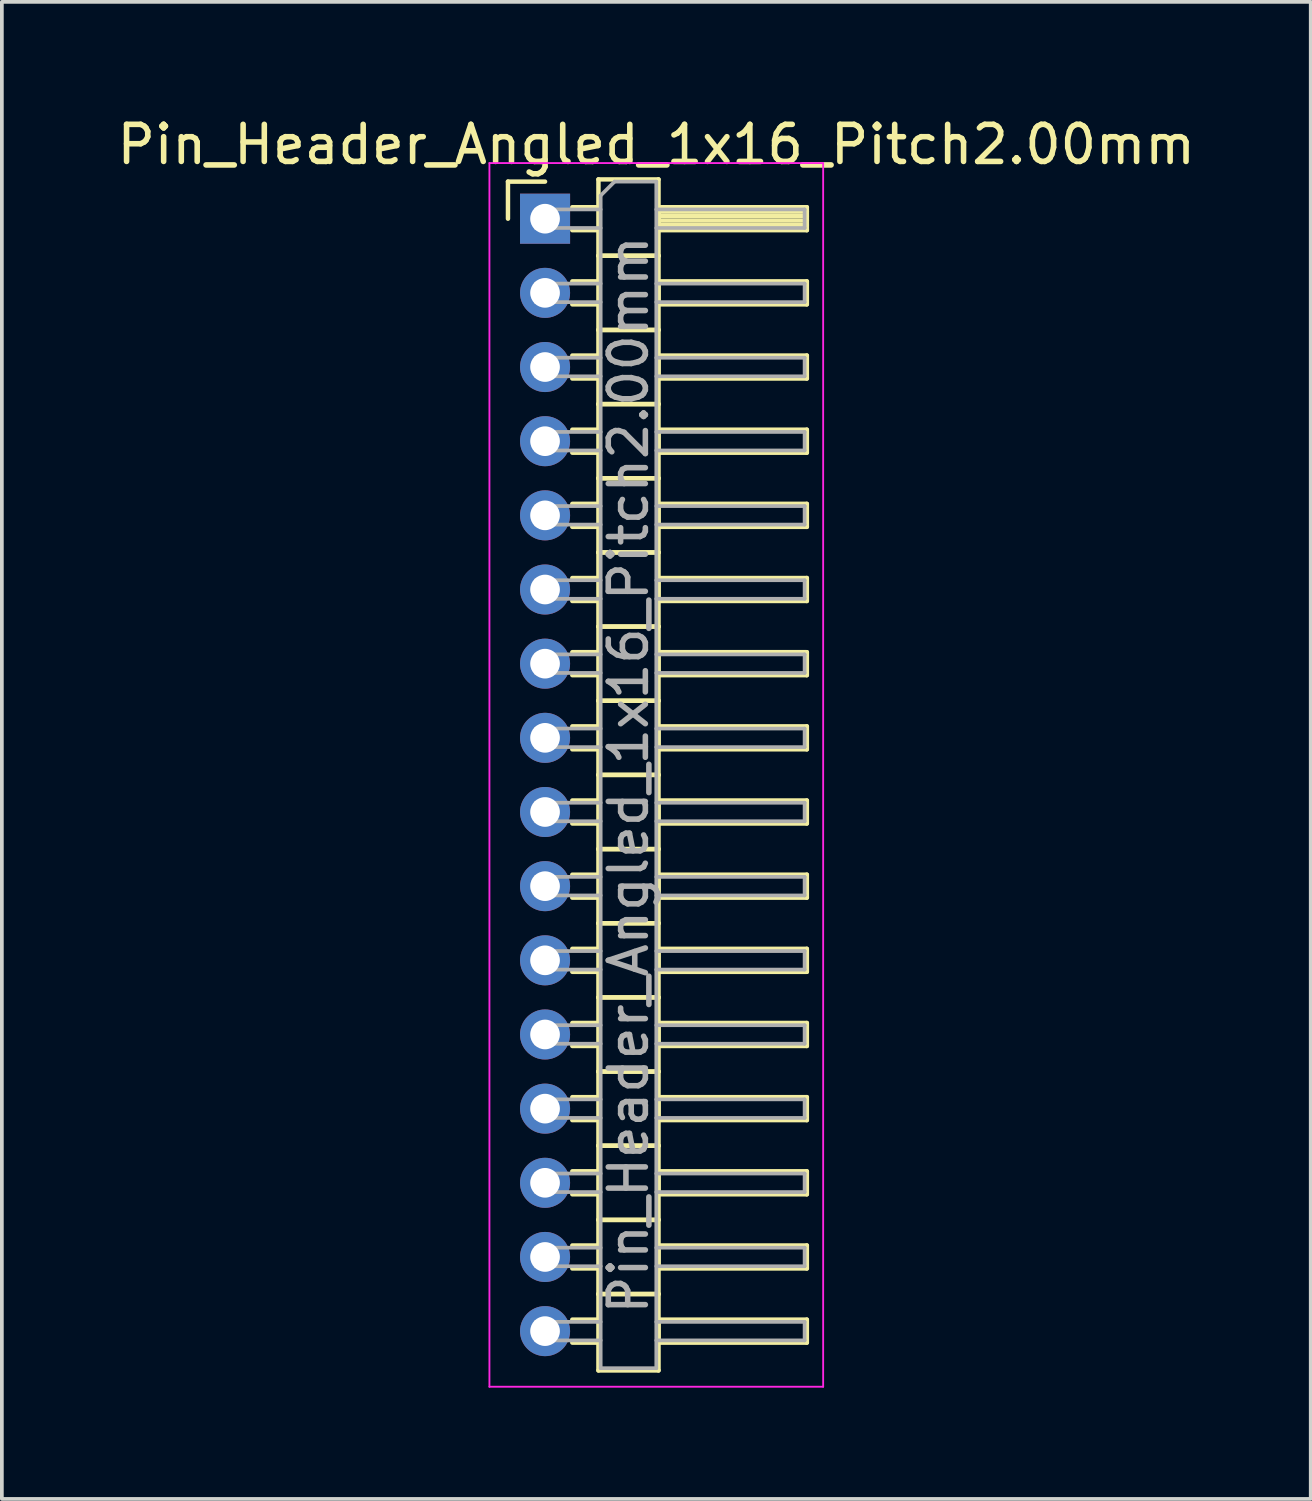
<source format=kicad_pcb>
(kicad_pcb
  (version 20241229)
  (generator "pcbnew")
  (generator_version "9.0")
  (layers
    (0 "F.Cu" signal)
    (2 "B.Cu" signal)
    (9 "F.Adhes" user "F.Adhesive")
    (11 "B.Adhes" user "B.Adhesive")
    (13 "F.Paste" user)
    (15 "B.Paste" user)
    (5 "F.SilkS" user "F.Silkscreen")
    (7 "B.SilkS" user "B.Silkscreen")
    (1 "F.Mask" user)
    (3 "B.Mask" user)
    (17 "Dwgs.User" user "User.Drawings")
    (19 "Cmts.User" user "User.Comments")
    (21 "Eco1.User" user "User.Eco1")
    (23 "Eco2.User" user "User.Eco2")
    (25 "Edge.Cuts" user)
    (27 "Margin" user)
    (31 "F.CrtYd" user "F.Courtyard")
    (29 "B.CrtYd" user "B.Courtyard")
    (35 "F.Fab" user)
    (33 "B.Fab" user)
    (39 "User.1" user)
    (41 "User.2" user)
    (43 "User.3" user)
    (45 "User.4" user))
  (footprint "Pin_Header_Angled_1x16_Pitch2.00mm"
    (layer "F.Cu")
    (at 11.649 2.848)
    (property "Reference" "Pin_Header_Angled_1x16_Pitch2.00mm" (at 3 -2 0) (layer "F.SilkS") (effects (font (size 1 1) (thickness 0.15))))
    (attr through_hole)
    (fp_line (start -1 -1) (end 0 -1) (stroke (width 0.12) (type solid)) (layer "F.SilkS"))
    (fp_line (start -1 0) (end -1 -1) (stroke (width 0.12) (type solid)) (layer "F.SilkS"))
    (fp_line (start 0.735 -0.31) (end 1.44 -0.31) (stroke (width 0.12) (type solid)) (layer "F.SilkS"))
    (fp_line (start 0.735 0.31) (end 1.44 0.31) (stroke (width 0.12) (type solid)) (layer "F.SilkS"))
    (fp_line (start 0.735 1.69) (end 1.44 1.69) (stroke (width 0.12) (type solid)) (layer "F.SilkS"))
    (fp_line (start 0.735 2.31) (end 1.44 2.31) (stroke (width 0.12) (type solid)) (layer "F.SilkS"))
    (fp_line (start 0.735 3.69) (end 1.44 3.69) (stroke (width 0.12) (type solid)) (layer "F.SilkS"))
    (fp_line (start 0.735 4.31) (end 1.44 4.31) (stroke (width 0.12) (type solid)) (layer "F.SilkS"))
    (fp_line (start 0.735 5.69) (end 1.44 5.69) (stroke (width 0.12) (type solid)) (layer "F.SilkS"))
    (fp_line (start 0.735 6.31) (end 1.44 6.31) (stroke (width 0.12) (type solid)) (layer "F.SilkS"))
    (fp_line (start 0.735 7.69) (end 1.44 7.69) (stroke (width 0.12) (type solid)) (layer "F.SilkS"))
    (fp_line (start 0.735 8.31) (end 1.44 8.31) (stroke (width 0.12) (type solid)) (layer "F.SilkS"))
    (fp_line (start 0.735 9.69) (end 1.44 9.69) (stroke (width 0.12) (type solid)) (layer "F.SilkS"))
    (fp_line (start 0.735 10.31) (end 1.44 10.31) (stroke (width 0.12) (type solid)) (layer "F.SilkS"))
    (fp_line (start 0.735 11.69) (end 1.44 11.69) (stroke (width 0.12) (type solid)) (layer "F.SilkS"))
    (fp_line (start 0.735 12.31) (end 1.44 12.31) (stroke (width 0.12) (type solid)) (layer "F.SilkS"))
    (fp_line (start 0.735 13.69) (end 1.44 13.69) (stroke (width 0.12) (type solid)) (layer "F.SilkS"))
    (fp_line (start 0.735 14.31) (end 1.44 14.31) (stroke (width 0.12) (type solid)) (layer "F.SilkS"))
    (fp_line (start 0.735 15.69) (end 1.44 15.69) (stroke (width 0.12) (type solid)) (layer "F.SilkS"))
    (fp_line (start 0.735 16.31) (end 1.44 16.31) (stroke (width 0.12) (type solid)) (layer "F.SilkS"))
    (fp_line (start 0.735 17.69) (end 1.44 17.69) (stroke (width 0.12) (type solid)) (layer "F.SilkS"))
    (fp_line (start 0.735 18.31) (end 1.44 18.31) (stroke (width 0.12) (type solid)) (layer "F.SilkS"))
    (fp_line (start 0.735 19.69) (end 1.44 19.69) (stroke (width 0.12) (type solid)) (layer "F.SilkS"))
    (fp_line (start 0.735 20.31) (end 1.44 20.31) (stroke (width 0.12) (type solid)) (layer "F.SilkS"))
    (fp_line (start 0.735 21.69) (end 1.44 21.69) (stroke (width 0.12) (type solid)) (layer "F.SilkS"))
    (fp_line (start 0.735 22.31) (end 1.44 22.31) (stroke (width 0.12) (type solid)) (layer "F.SilkS"))
    (fp_line (start 0.735 23.69) (end 1.44 23.69) (stroke (width 0.12) (type solid)) (layer "F.SilkS"))
    (fp_line (start 0.735 24.31) (end 1.44 24.31) (stroke (width 0.12) (type solid)) (layer "F.SilkS"))
    (fp_line (start 0.735 25.69) (end 1.44 25.69) (stroke (width 0.12) (type solid)) (layer "F.SilkS"))
    (fp_line (start 0.735 26.31) (end 1.44 26.31) (stroke (width 0.12) (type solid)) (layer "F.SilkS"))
    (fp_line (start 0.735 27.69) (end 1.44 27.69) (stroke (width 0.12) (type solid)) (layer "F.SilkS"))
    (fp_line (start 0.735 28.31) (end 1.44 28.31) (stroke (width 0.12) (type solid)) (layer "F.SilkS"))
    (fp_line (start 0.735 29.69) (end 1.44 29.69) (stroke (width 0.12) (type solid)) (layer "F.SilkS"))
    (fp_line (start 0.735 30.31) (end 1.44 30.31) (stroke (width 0.12) (type solid)) (layer "F.SilkS"))
    (fp_line (start 1.44 -1.06) (end 1.44 1) (stroke (width 0.12) (type solid)) (layer "F.SilkS"))
    (fp_line (start 1.44 1) (end 1.44 3) (stroke (width 0.12) (type solid)) (layer "F.SilkS"))
    (fp_line (start 1.44 1) (end 3.06 1) (stroke (width 0.12) (type solid)) (layer "F.SilkS"))
    (fp_line (start 1.44 3) (end 1.44 5) (stroke (width 0.12) (type solid)) (layer "F.SilkS"))
    (fp_line (start 1.44 3) (end 3.06 3) (stroke (width 0.12) (type solid)) (layer "F.SilkS"))
    (fp_line (start 1.44 5) (end 1.44 7) (stroke (width 0.12) (type solid)) (layer "F.SilkS"))
    (fp_line (start 1.44 5) (end 3.06 5) (stroke (width 0.12) (type solid)) (layer "F.SilkS"))
    (fp_line (start 1.44 7) (end 1.44 9) (stroke (width 0.12) (type solid)) (layer "F.SilkS"))
    (fp_line (start 1.44 7) (end 3.06 7) (stroke (width 0.12) (type solid)) (layer "F.SilkS"))
    (fp_line (start 1.44 9) (end 1.44 11) (stroke (width 0.12) (type solid)) (layer "F.SilkS"))
    (fp_line (start 1.44 9) (end 3.06 9) (stroke (width 0.12) (type solid)) (layer "F.SilkS"))
    (fp_line (start 1.44 11) (end 1.44 13) (stroke (width 0.12) (type solid)) (layer "F.SilkS"))
    (fp_line (start 1.44 11) (end 3.06 11) (stroke (width 0.12) (type solid)) (layer "F.SilkS"))
    (fp_line (start 1.44 13) (end 1.44 15) (stroke (width 0.12) (type solid)) (layer "F.SilkS"))
    (fp_line (start 1.44 13) (end 3.06 13) (stroke (width 0.12) (type solid)) (layer "F.SilkS"))
    (fp_line (start 1.44 15) (end 1.44 17) (stroke (width 0.12) (type solid)) (layer "F.SilkS"))
    (fp_line (start 1.44 15) (end 3.06 15) (stroke (width 0.12) (type solid)) (layer "F.SilkS"))
    (fp_line (start 1.44 17) (end 1.44 19) (stroke (width 0.12) (type solid)) (layer "F.SilkS"))
    (fp_line (start 1.44 17) (end 3.06 17) (stroke (width 0.12) (type solid)) (layer "F.SilkS"))
    (fp_line (start 1.44 19) (end 1.44 21) (stroke (width 0.12) (type solid)) (layer "F.SilkS"))
    (fp_line (start 1.44 19) (end 3.06 19) (stroke (width 0.12) (type solid)) (layer "F.SilkS"))
    (fp_line (start 1.44 21) (end 1.44 23) (stroke (width 0.12) (type solid)) (layer "F.SilkS"))
    (fp_line (start 1.44 21) (end 3.06 21) (stroke (width 0.12) (type solid)) (layer "F.SilkS"))
    (fp_line (start 1.44 23) (end 1.44 25) (stroke (width 0.12) (type solid)) (layer "F.SilkS"))
    (fp_line (start 1.44 23) (end 3.06 23) (stroke (width 0.12) (type solid)) (layer "F.SilkS"))
    (fp_line (start 1.44 25) (end 1.44 27) (stroke (width 0.12) (type solid)) (layer "F.SilkS"))
    (fp_line (start 1.44 25) (end 3.06 25) (stroke (width 0.12) (type solid)) (layer "F.SilkS"))
    (fp_line (start 1.44 27) (end 1.44 29) (stroke (width 0.12) (type solid)) (layer "F.SilkS"))
    (fp_line (start 1.44 27) (end 3.06 27) (stroke (width 0.12) (type solid)) (layer "F.SilkS"))
    (fp_line (start 1.44 29) (end 1.44 31.06) (stroke (width 0.12) (type solid)) (layer "F.SilkS"))
    (fp_line (start 1.44 29) (end 3.06 29) (stroke (width 0.12) (type solid)) (layer "F.SilkS"))
    (fp_line (start 1.44 31.06) (end 3.06 31.06) (stroke (width 0.12) (type solid)) (layer "F.SilkS"))
    (fp_line (start 3.06 -1.06) (end 1.44 -1.06) (stroke (width 0.12) (type solid)) (layer "F.SilkS"))
    (fp_line (start 3.06 -0.31) (end 3.06 0.31) (stroke (width 0.12) (type solid)) (layer "F.SilkS"))
    (fp_line (start 3.06 -0.19) (end 7.06 -0.19) (stroke (width 0.12) (type solid)) (layer "F.SilkS"))
    (fp_line (start 3.06 -0.07) (end 7.06 -0.07) (stroke (width 0.12) (type solid)) (layer "F.SilkS"))
    (fp_line (start 3.06 0.05) (end 7.06 0.05) (stroke (width 0.12) (type solid)) (layer "F.SilkS"))
    (fp_line (start 3.06 0.17) (end 7.06 0.17) (stroke (width 0.12) (type solid)) (layer "F.SilkS"))
    (fp_line (start 3.06 0.29) (end 7.06 0.29) (stroke (width 0.12) (type solid)) (layer "F.SilkS"))
    (fp_line (start 3.06 0.31) (end 7.06 0.31) (stroke (width 0.12) (type solid)) (layer "F.SilkS"))
    (fp_line (start 3.06 1) (end 1.44 1) (stroke (width 0.12) (type solid)) (layer "F.SilkS"))
    (fp_line (start 3.06 1) (end 3.06 -1.06) (stroke (width 0.12) (type solid)) (layer "F.SilkS"))
    (fp_line (start 3.06 1.69) (end 3.06 2.31) (stroke (width 0.12) (type solid)) (layer "F.SilkS"))
    (fp_line (start 3.06 2.31) (end 7.06 2.31) (stroke (width 0.12) (type solid)) (layer "F.SilkS"))
    (fp_line (start 3.06 3) (end 1.44 3) (stroke (width 0.12) (type solid)) (layer "F.SilkS"))
    (fp_line (start 3.06 3) (end 3.06 1) (stroke (width 0.12) (type solid)) (layer "F.SilkS"))
    (fp_line (start 3.06 3.69) (end 3.06 4.31) (stroke (width 0.12) (type solid)) (layer "F.SilkS"))
    (fp_line (start 3.06 4.31) (end 7.06 4.31) (stroke (width 0.12) (type solid)) (layer "F.SilkS"))
    (fp_line (start 3.06 5) (end 1.44 5) (stroke (width 0.12) (type solid)) (layer "F.SilkS"))
    (fp_line (start 3.06 5) (end 3.06 3) (stroke (width 0.12) (type solid)) (layer "F.SilkS"))
    (fp_line (start 3.06 5.69) (end 3.06 6.31) (stroke (width 0.12) (type solid)) (layer "F.SilkS"))
    (fp_line (start 3.06 6.31) (end 7.06 6.31) (stroke (width 0.12) (type solid)) (layer "F.SilkS"))
    (fp_line (start 3.06 7) (end 1.44 7) (stroke (width 0.12) (type solid)) (layer "F.SilkS"))
    (fp_line (start 3.06 7) (end 3.06 5) (stroke (width 0.12) (type solid)) (layer "F.SilkS"))
    (fp_line (start 3.06 7.69) (end 3.06 8.31) (stroke (width 0.12) (type solid)) (layer "F.SilkS"))
    (fp_line (start 3.06 8.31) (end 7.06 8.31) (stroke (width 0.12) (type solid)) (layer "F.SilkS"))
    (fp_line (start 3.06 9) (end 1.44 9) (stroke (width 0.12) (type solid)) (layer "F.SilkS"))
    (fp_line (start 3.06 9) (end 3.06 7) (stroke (width 0.12) (type solid)) (layer "F.SilkS"))
    (fp_line (start 3.06 9.69) (end 3.06 10.31) (stroke (width 0.12) (type solid)) (layer "F.SilkS"))
    (fp_line (start 3.06 10.31) (end 7.06 10.31) (stroke (width 0.12) (type solid)) (layer "F.SilkS"))
    (fp_line (start 3.06 11) (end 1.44 11) (stroke (width 0.12) (type solid)) (layer "F.SilkS"))
    (fp_line (start 3.06 11) (end 3.06 9) (stroke (width 0.12) (type solid)) (layer "F.SilkS"))
    (fp_line (start 3.06 11.69) (end 3.06 12.31) (stroke (width 0.12) (type solid)) (layer "F.SilkS"))
    (fp_line (start 3.06 12.31) (end 7.06 12.31) (stroke (width 0.12) (type solid)) (layer "F.SilkS"))
    (fp_line (start 3.06 13) (end 1.44 13) (stroke (width 0.12) (type solid)) (layer "F.SilkS"))
    (fp_line (start 3.06 13) (end 3.06 11) (stroke (width 0.12) (type solid)) (layer "F.SilkS"))
    (fp_line (start 3.06 13.69) (end 3.06 14.31) (stroke (width 0.12) (type solid)) (layer "F.SilkS"))
    (fp_line (start 3.06 14.31) (end 7.06 14.31) (stroke (width 0.12) (type solid)) (layer "F.SilkS"))
    (fp_line (start 3.06 15) (end 1.44 15) (stroke (width 0.12) (type solid)) (layer "F.SilkS"))
    (fp_line (start 3.06 15) (end 3.06 13) (stroke (width 0.12) (type solid)) (layer "F.SilkS"))
    (fp_line (start 3.06 15.69) (end 3.06 16.31) (stroke (width 0.12) (type solid)) (layer "F.SilkS"))
    (fp_line (start 3.06 16.31) (end 7.06 16.31) (stroke (width 0.12) (type solid)) (layer "F.SilkS"))
    (fp_line (start 3.06 17) (end 1.44 17) (stroke (width 0.12) (type solid)) (layer "F.SilkS"))
    (fp_line (start 3.06 17) (end 3.06 15) (stroke (width 0.12) (type solid)) (layer "F.SilkS"))
    (fp_line (start 3.06 17.69) (end 3.06 18.31) (stroke (width 0.12) (type solid)) (layer "F.SilkS"))
    (fp_line (start 3.06 18.31) (end 7.06 18.31) (stroke (width 0.12) (type solid)) (layer "F.SilkS"))
    (fp_line (start 3.06 19) (end 1.44 19) (stroke (width 0.12) (type solid)) (layer "F.SilkS"))
    (fp_line (start 3.06 19) (end 3.06 17) (stroke (width 0.12) (type solid)) (layer "F.SilkS"))
    (fp_line (start 3.06 19.69) (end 3.06 20.31) (stroke (width 0.12) (type solid)) (layer "F.SilkS"))
    (fp_line (start 3.06 20.31) (end 7.06 20.31) (stroke (width 0.12) (type solid)) (layer "F.SilkS"))
    (fp_line (start 3.06 21) (end 1.44 21) (stroke (width 0.12) (type solid)) (layer "F.SilkS"))
    (fp_line (start 3.06 21) (end 3.06 19) (stroke (width 0.12) (type solid)) (layer "F.SilkS"))
    (fp_line (start 3.06 21.69) (end 3.06 22.31) (stroke (width 0.12) (type solid)) (layer "F.SilkS"))
    (fp_line (start 3.06 22.31) (end 7.06 22.31) (stroke (width 0.12) (type solid)) (layer "F.SilkS"))
    (fp_line (start 3.06 23) (end 1.44 23) (stroke (width 0.12) (type solid)) (layer "F.SilkS"))
    (fp_line (start 3.06 23) (end 3.06 21) (stroke (width 0.12) (type solid)) (layer "F.SilkS"))
    (fp_line (start 3.06 23.69) (end 3.06 24.31) (stroke (width 0.12) (type solid)) (layer "F.SilkS"))
    (fp_line (start 3.06 24.31) (end 7.06 24.31) (stroke (width 0.12) (type solid)) (layer "F.SilkS"))
    (fp_line (start 3.06 25) (end 1.44 25) (stroke (width 0.12) (type solid)) (layer "F.SilkS"))
    (fp_line (start 3.06 25) (end 3.06 23) (stroke (width 0.12) (type solid)) (layer "F.SilkS"))
    (fp_line (start 3.06 25.69) (end 3.06 26.31) (stroke (width 0.12) (type solid)) (layer "F.SilkS"))
    (fp_line (start 3.06 26.31) (end 7.06 26.31) (stroke (width 0.12) (type solid)) (layer "F.SilkS"))
    (fp_line (start 3.06 27) (end 1.44 27) (stroke (width 0.12) (type solid)) (layer "F.SilkS"))
    (fp_line (start 3.06 27) (end 3.06 25) (stroke (width 0.12) (type solid)) (layer "F.SilkS"))
    (fp_line (start 3.06 27.69) (end 3.06 28.31) (stroke (width 0.12) (type solid)) (layer "F.SilkS"))
    (fp_line (start 3.06 28.31) (end 7.06 28.31) (stroke (width 0.12) (type solid)) (layer "F.SilkS"))
    (fp_line (start 3.06 29) (end 1.44 29) (stroke (width 0.12) (type solid)) (layer "F.SilkS"))
    (fp_line (start 3.06 29) (end 3.06 27) (stroke (width 0.12) (type solid)) (layer "F.SilkS"))
    (fp_line (start 3.06 29.69) (end 3.06 30.31) (stroke (width 0.12) (type solid)) (layer "F.SilkS"))
    (fp_line (start 3.06 30.31) (end 7.06 30.31) (stroke (width 0.12) (type solid)) (layer "F.SilkS"))
    (fp_line (start 3.06 31.06) (end 3.06 29) (stroke (width 0.12) (type solid)) (layer "F.SilkS"))
    (fp_line (start 7.06 -0.31) (end 3.06 -0.31) (stroke (width 0.12) (type solid)) (layer "F.SilkS"))
    (fp_line (start 7.06 0.31) (end 7.06 -0.31) (stroke (width 0.12) (type solid)) (layer "F.SilkS"))
    (fp_line (start 7.06 1.69) (end 3.06 1.69) (stroke (width 0.12) (type solid)) (layer "F.SilkS"))
    (fp_line (start 7.06 2.31) (end 7.06 1.69) (stroke (width 0.12) (type solid)) (layer "F.SilkS"))
    (fp_line (start 7.06 3.69) (end 3.06 3.69) (stroke (width 0.12) (type solid)) (layer "F.SilkS"))
    (fp_line (start 7.06 4.31) (end 7.06 3.69) (stroke (width 0.12) (type solid)) (layer "F.SilkS"))
    (fp_line (start 7.06 5.69) (end 3.06 5.69) (stroke (width 0.12) (type solid)) (layer "F.SilkS"))
    (fp_line (start 7.06 6.31) (end 7.06 5.69) (stroke (width 0.12) (type solid)) (layer "F.SilkS"))
    (fp_line (start 7.06 7.69) (end 3.06 7.69) (stroke (width 0.12) (type solid)) (layer "F.SilkS"))
    (fp_line (start 7.06 8.31) (end 7.06 7.69) (stroke (width 0.12) (type solid)) (layer "F.SilkS"))
    (fp_line (start 7.06 9.69) (end 3.06 9.69) (stroke (width 0.12) (type solid)) (layer "F.SilkS"))
    (fp_line (start 7.06 10.31) (end 7.06 9.69) (stroke (width 0.12) (type solid)) (layer "F.SilkS"))
    (fp_line (start 7.06 11.69) (end 3.06 11.69) (stroke (width 0.12) (type solid)) (layer "F.SilkS"))
    (fp_line (start 7.06 12.31) (end 7.06 11.69) (stroke (width 0.12) (type solid)) (layer "F.SilkS"))
    (fp_line (start 7.06 13.69) (end 3.06 13.69) (stroke (width 0.12) (type solid)) (layer "F.SilkS"))
    (fp_line (start 7.06 14.31) (end 7.06 13.69) (stroke (width 0.12) (type solid)) (layer "F.SilkS"))
    (fp_line (start 7.06 15.69) (end 3.06 15.69) (stroke (width 0.12) (type solid)) (layer "F.SilkS"))
    (fp_line (start 7.06 16.31) (end 7.06 15.69) (stroke (width 0.12) (type solid)) (layer "F.SilkS"))
    (fp_line (start 7.06 17.69) (end 3.06 17.69) (stroke (width 0.12) (type solid)) (layer "F.SilkS"))
    (fp_line (start 7.06 18.31) (end 7.06 17.69) (stroke (width 0.12) (type solid)) (layer "F.SilkS"))
    (fp_line (start 7.06 19.69) (end 3.06 19.69) (stroke (width 0.12) (type solid)) (layer "F.SilkS"))
    (fp_line (start 7.06 20.31) (end 7.06 19.69) (stroke (width 0.12) (type solid)) (layer "F.SilkS"))
    (fp_line (start 7.06 21.69) (end 3.06 21.69) (stroke (width 0.12) (type solid)) (layer "F.SilkS"))
    (fp_line (start 7.06 22.31) (end 7.06 21.69) (stroke (width 0.12) (type solid)) (layer "F.SilkS"))
    (fp_line (start 7.06 23.69) (end 3.06 23.69) (stroke (width 0.12) (type solid)) (layer "F.SilkS"))
    (fp_line (start 7.06 24.31) (end 7.06 23.69) (stroke (width 0.12) (type solid)) (layer "F.SilkS"))
    (fp_line (start 7.06 25.69) (end 3.06 25.69) (stroke (width 0.12) (type solid)) (layer "F.SilkS"))
    (fp_line (start 7.06 26.31) (end 7.06 25.69) (stroke (width 0.12) (type solid)) (layer "F.SilkS"))
    (fp_line (start 7.06 27.69) (end 3.06 27.69) (stroke (width 0.12) (type solid)) (layer "F.SilkS"))
    (fp_line (start 7.06 28.31) (end 7.06 27.69) (stroke (width 0.12) (type solid)) (layer "F.SilkS"))
    (fp_line (start 7.06 29.69) (end 3.06 29.69) (stroke (width 0.12) (type solid)) (layer "F.SilkS"))
    (fp_line (start 7.06 30.31) (end 7.06 29.69) (stroke (width 0.12) (type solid)) (layer "F.SilkS"))
    (fp_line (start -1.5 -1.5) (end -1.5 31.5) (stroke (width 0.05) (type solid)) (layer "F.CrtYd"))
    (fp_line (start -1.5 31.5) (end 7.5 31.5) (stroke (width 0.05) (type solid)) (layer "F.CrtYd"))
    (fp_line (start 7.5 -1.5) (end -1.5 -1.5) (stroke (width 0.05) (type solid)) (layer "F.CrtYd"))
    (fp_line (start 7.5 31.5) (end 7.5 -1.5) (stroke (width 0.05) (type solid)) (layer "F.CrtYd"))
    (fp_line (start -0.25 -0.25) (end -0.25 0.25) (stroke (width 0.1) (type solid)) (layer "F.Fab"))
    (fp_line (start -0.25 -0.25) (end 1.5 -0.25) (stroke (width 0.1) (type solid)) (layer "F.Fab"))
    (fp_line (start -0.25 0.25) (end 1.5 0.25) (stroke (width 0.1) (type solid)) (layer "F.Fab"))
    (fp_line (start -0.25 1.75) (end -0.25 2.25) (stroke (width 0.1) (type solid)) (layer "F.Fab"))
    (fp_line (start -0.25 1.75) (end 1.5 1.75) (stroke (width 0.1) (type solid)) (layer "F.Fab"))
    (fp_line (start -0.25 2.25) (end 1.5 2.25) (stroke (width 0.1) (type solid)) (layer "F.Fab"))
    (fp_line (start -0.25 3.75) (end -0.25 4.25) (stroke (width 0.1) (type solid)) (layer "F.Fab"))
    (fp_line (start -0.25 3.75) (end 1.5 3.75) (stroke (width 0.1) (type solid)) (layer "F.Fab"))
    (fp_line (start -0.25 4.25) (end 1.5 4.25) (stroke (width 0.1) (type solid)) (layer "F.Fab"))
    (fp_line (start -0.25 5.75) (end -0.25 6.25) (stroke (width 0.1) (type solid)) (layer "F.Fab"))
    (fp_line (start -0.25 5.75) (end 1.5 5.75) (stroke (width 0.1) (type solid)) (layer "F.Fab"))
    (fp_line (start -0.25 6.25) (end 1.5 6.25) (stroke (width 0.1) (type solid)) (layer "F.Fab"))
    (fp_line (start -0.25 7.75) (end -0.25 8.25) (stroke (width 0.1) (type solid)) (layer "F.Fab"))
    (fp_line (start -0.25 7.75) (end 1.5 7.75) (stroke (width 0.1) (type solid)) (layer "F.Fab"))
    (fp_line (start -0.25 8.25) (end 1.5 8.25) (stroke (width 0.1) (type solid)) (layer "F.Fab"))
    (fp_line (start -0.25 9.75) (end -0.25 10.25) (stroke (width 0.1) (type solid)) (layer "F.Fab"))
    (fp_line (start -0.25 9.75) (end 1.5 9.75) (stroke (width 0.1) (type solid)) (layer "F.Fab"))
    (fp_line (start -0.25 10.25) (end 1.5 10.25) (stroke (width 0.1) (type solid)) (layer "F.Fab"))
    (fp_line (start -0.25 11.75) (end -0.25 12.25) (stroke (width 0.1) (type solid)) (layer "F.Fab"))
    (fp_line (start -0.25 11.75) (end 1.5 11.75) (stroke (width 0.1) (type solid)) (layer "F.Fab"))
    (fp_line (start -0.25 12.25) (end 1.5 12.25) (stroke (width 0.1) (type solid)) (layer "F.Fab"))
    (fp_line (start -0.25 13.75) (end -0.25 14.25) (stroke (width 0.1) (type solid)) (layer "F.Fab"))
    (fp_line (start -0.25 13.75) (end 1.5 13.75) (stroke (width 0.1) (type solid)) (layer "F.Fab"))
    (fp_line (start -0.25 14.25) (end 1.5 14.25) (stroke (width 0.1) (type solid)) (layer "F.Fab"))
    (fp_line (start -0.25 15.75) (end -0.25 16.25) (stroke (width 0.1) (type solid)) (layer "F.Fab"))
    (fp_line (start -0.25 15.75) (end 1.5 15.75) (stroke (width 0.1) (type solid)) (layer "F.Fab"))
    (fp_line (start -0.25 16.25) (end 1.5 16.25) (stroke (width 0.1) (type solid)) (layer "F.Fab"))
    (fp_line (start -0.25 17.75) (end -0.25 18.25) (stroke (width 0.1) (type solid)) (layer "F.Fab"))
    (fp_line (start -0.25 17.75) (end 1.5 17.75) (stroke (width 0.1) (type solid)) (layer "F.Fab"))
    (fp_line (start -0.25 18.25) (end 1.5 18.25) (stroke (width 0.1) (type solid)) (layer "F.Fab"))
    (fp_line (start -0.25 19.75) (end -0.25 20.25) (stroke (width 0.1) (type solid)) (layer "F.Fab"))
    (fp_line (start -0.25 19.75) (end 1.5 19.75) (stroke (width 0.1) (type solid)) (layer "F.Fab"))
    (fp_line (start -0.25 20.25) (end 1.5 20.25) (stroke (width 0.1) (type solid)) (layer "F.Fab"))
    (fp_line (start -0.25 21.75) (end -0.25 22.25) (stroke (width 0.1) (type solid)) (layer "F.Fab"))
    (fp_line (start -0.25 21.75) (end 1.5 21.75) (stroke (width 0.1) (type solid)) (layer "F.Fab"))
    (fp_line (start -0.25 22.25) (end 1.5 22.25) (stroke (width 0.1) (type solid)) (layer "F.Fab"))
    (fp_line (start -0.25 23.75) (end -0.25 24.25) (stroke (width 0.1) (type solid)) (layer "F.Fab"))
    (fp_line (start -0.25 23.75) (end 1.5 23.75) (stroke (width 0.1) (type solid)) (layer "F.Fab"))
    (fp_line (start -0.25 24.25) (end 1.5 24.25) (stroke (width 0.1) (type solid)) (layer "F.Fab"))
    (fp_line (start -0.25 25.75) (end -0.25 26.25) (stroke (width 0.1) (type solid)) (layer "F.Fab"))
    (fp_line (start -0.25 25.75) (end 1.5 25.75) (stroke (width 0.1) (type solid)) (layer "F.Fab"))
    (fp_line (start -0.25 26.25) (end 1.5 26.25) (stroke (width 0.1) (type solid)) (layer "F.Fab"))
    (fp_line (start -0.25 27.75) (end -0.25 28.25) (stroke (width 0.1) (type solid)) (layer "F.Fab"))
    (fp_line (start -0.25 27.75) (end 1.5 27.75) (stroke (width 0.1) (type solid)) (layer "F.Fab"))
    (fp_line (start -0.25 28.25) (end 1.5 28.25) (stroke (width 0.1) (type solid)) (layer "F.Fab"))
    (fp_line (start -0.25 29.75) (end -0.25 30.25) (stroke (width 0.1) (type solid)) (layer "F.Fab"))
    (fp_line (start -0.25 29.75) (end 1.5 29.75) (stroke (width 0.1) (type solid)) (layer "F.Fab"))
    (fp_line (start -0.25 30.25) (end 1.5 30.25) (stroke (width 0.1) (type solid)) (layer "F.Fab"))
    (fp_line (start 1.5 -0.625) (end 1.875 -1) (stroke (width 0.1) (type solid)) (layer "F.Fab"))
    (fp_line (start 1.5 31) (end 1.5 -0.625) (stroke (width 0.1) (type solid)) (layer "F.Fab"))
    (fp_line (start 1.875 -1) (end 3 -1) (stroke (width 0.1) (type solid)) (layer "F.Fab"))
    (fp_line (start 3 -1) (end 3 31) (stroke (width 0.1) (type solid)) (layer "F.Fab"))
    (fp_line (start 3 -0.25) (end 7 -0.25) (stroke (width 0.1) (type solid)) (layer "F.Fab"))
    (fp_line (start 3 0.25) (end 7 0.25) (stroke (width 0.1) (type solid)) (layer "F.Fab"))
    (fp_line (start 3 1.75) (end 7 1.75) (stroke (width 0.1) (type solid)) (layer "F.Fab"))
    (fp_line (start 3 2.25) (end 7 2.25) (stroke (width 0.1) (type solid)) (layer "F.Fab"))
    (fp_line (start 3 3.75) (end 7 3.75) (stroke (width 0.1) (type solid)) (layer "F.Fab"))
    (fp_line (start 3 4.25) (end 7 4.25) (stroke (width 0.1) (type solid)) (layer "F.Fab"))
    (fp_line (start 3 5.75) (end 7 5.75) (stroke (width 0.1) (type solid)) (layer "F.Fab"))
    (fp_line (start 3 6.25) (end 7 6.25) (stroke (width 0.1) (type solid)) (layer "F.Fab"))
    (fp_line (start 3 7.75) (end 7 7.75) (stroke (width 0.1) (type solid)) (layer "F.Fab"))
    (fp_line (start 3 8.25) (end 7 8.25) (stroke (width 0.1) (type solid)) (layer "F.Fab"))
    (fp_line (start 3 9.75) (end 7 9.75) (stroke (width 0.1) (type solid)) (layer "F.Fab"))
    (fp_line (start 3 10.25) (end 7 10.25) (stroke (width 0.1) (type solid)) (layer "F.Fab"))
    (fp_line (start 3 11.75) (end 7 11.75) (stroke (width 0.1) (type solid)) (layer "F.Fab"))
    (fp_line (start 3 12.25) (end 7 12.25) (stroke (width 0.1) (type solid)) (layer "F.Fab"))
    (fp_line (start 3 13.75) (end 7 13.75) (stroke (width 0.1) (type solid)) (layer "F.Fab"))
    (fp_line (start 3 14.25) (end 7 14.25) (stroke (width 0.1) (type solid)) (layer "F.Fab"))
    (fp_line (start 3 15.75) (end 7 15.75) (stroke (width 0.1) (type solid)) (layer "F.Fab"))
    (fp_line (start 3 16.25) (end 7 16.25) (stroke (width 0.1) (type solid)) (layer "F.Fab"))
    (fp_line (start 3 17.75) (end 7 17.75) (stroke (width 0.1) (type solid)) (layer "F.Fab"))
    (fp_line (start 3 18.25) (end 7 18.25) (stroke (width 0.1) (type solid)) (layer "F.Fab"))
    (fp_line (start 3 19.75) (end 7 19.75) (stroke (width 0.1) (type solid)) (layer "F.Fab"))
    (fp_line (start 3 20.25) (end 7 20.25) (stroke (width 0.1) (type solid)) (layer "F.Fab"))
    (fp_line (start 3 21.75) (end 7 21.75) (stroke (width 0.1) (type solid)) (layer "F.Fab"))
    (fp_line (start 3 22.25) (end 7 22.25) (stroke (width 0.1) (type solid)) (layer "F.Fab"))
    (fp_line (start 3 23.75) (end 7 23.75) (stroke (width 0.1) (type solid)) (layer "F.Fab"))
    (fp_line (start 3 24.25) (end 7 24.25) (stroke (width 0.1) (type solid)) (layer "F.Fab"))
    (fp_line (start 3 25.75) (end 7 25.75) (stroke (width 0.1) (type solid)) (layer "F.Fab"))
    (fp_line (start 3 26.25) (end 7 26.25) (stroke (width 0.1) (type solid)) (layer "F.Fab"))
    (fp_line (start 3 27.75) (end 7 27.75) (stroke (width 0.1) (type solid)) (layer "F.Fab"))
    (fp_line (start 3 28.25) (end 7 28.25) (stroke (width 0.1) (type solid)) (layer "F.Fab"))
    (fp_line (start 3 29.75) (end 7 29.75) (stroke (width 0.1) (type solid)) (layer "F.Fab"))
    (fp_line (start 3 30.25) (end 7 30.25) (stroke (width 0.1) (type solid)) (layer "F.Fab"))
    (fp_line (start 3 31) (end 1.5 31) (stroke (width 0.1) (type solid)) (layer "F.Fab"))
    (fp_line (start 7 -0.25) (end 7 0.25) (stroke (width 0.1) (type solid)) (layer "F.Fab"))
    (fp_line (start 7 1.75) (end 7 2.25) (stroke (width 0.1) (type solid)) (layer "F.Fab"))
    (fp_line (start 7 3.75) (end 7 4.25) (stroke (width 0.1) (type solid)) (layer "F.Fab"))
    (fp_line (start 7 5.75) (end 7 6.25) (stroke (width 0.1) (type solid)) (layer "F.Fab"))
    (fp_line (start 7 7.75) (end 7 8.25) (stroke (width 0.1) (type solid)) (layer "F.Fab"))
    (fp_line (start 7 9.75) (end 7 10.25) (stroke (width 0.1) (type solid)) (layer "F.Fab"))
    (fp_line (start 7 11.75) (end 7 12.25) (stroke (width 0.1) (type solid)) (layer "F.Fab"))
    (fp_line (start 7 13.75) (end 7 14.25) (stroke (width 0.1) (type solid)) (layer "F.Fab"))
    (fp_line (start 7 15.75) (end 7 16.25) (stroke (width 0.1) (type solid)) (layer "F.Fab"))
    (fp_line (start 7 17.75) (end 7 18.25) (stroke (width 0.1) (type solid)) (layer "F.Fab"))
    (fp_line (start 7 19.75) (end 7 20.25) (stroke (width 0.1) (type solid)) (layer "F.Fab"))
    (fp_line (start 7 21.75) (end 7 22.25) (stroke (width 0.1) (type solid)) (layer "F.Fab"))
    (fp_line (start 7 23.75) (end 7 24.25) (stroke (width 0.1) (type solid)) (layer "F.Fab"))
    (fp_line (start 7 25.75) (end 7 26.25) (stroke (width 0.1) (type solid)) (layer "F.Fab"))
    (fp_line (start 7 27.75) (end 7 28.25) (stroke (width 0.1) (type solid)) (layer "F.Fab"))
    (fp_line (start 7 29.75) (end 7 30.25) (stroke (width 0.1) (type solid)) (layer "F.Fab"))
    (fp_text user "${REFERENCE}" (at 2.25 15 90) (layer "F.Fab") (effects (font (size 1 1) (thickness 0.15))))
    (pad "1" thru_hole rect (at 0 0) (size 1.35 1.35) (drill 0.8) (layers "*.Cu" "*.Mask"))
    (pad "2" thru_hole oval (at 0 2) (size 1.35 1.35) (drill 0.8) (layers "*.Cu" "*.Mask"))
    (pad "3" thru_hole oval (at 0 4) (size 1.35 1.35) (drill 0.8) (layers "*.Cu" "*.Mask"))
    (pad "4" thru_hole oval (at 0 6) (size 1.35 1.35) (drill 0.8) (layers "*.Cu" "*.Mask"))
    (pad "5" thru_hole oval (at 0 8) (size 1.35 1.35) (drill 0.8) (layers "*.Cu" "*.Mask"))
    (pad "6" thru_hole oval (at 0 10) (size 1.35 1.35) (drill 0.8) (layers "*.Cu" "*.Mask"))
    (pad "7" thru_hole oval (at 0 12) (size 1.35 1.35) (drill 0.8) (layers "*.Cu" "*.Mask"))
    (pad "8" thru_hole oval (at 0 14) (size 1.35 1.35) (drill 0.8) (layers "*.Cu" "*.Mask"))
    (pad "9" thru_hole oval (at 0 16) (size 1.35 1.35) (drill 0.8) (layers "*.Cu" "*.Mask"))
    (pad "10" thru_hole oval (at 0 18) (size 1.35 1.35) (drill 0.8) (layers "*.Cu" "*.Mask"))
    (pad "11" thru_hole oval (at 0 20) (size 1.35 1.35) (drill 0.8) (layers "*.Cu" "*.Mask"))
    (pad "12" thru_hole oval (at 0 22) (size 1.35 1.35) (drill 0.8) (layers "*.Cu" "*.Mask"))
    (pad "13" thru_hole oval (at 0 24) (size 1.35 1.35) (drill 0.8) (layers "*.Cu" "*.Mask"))
    (pad "14" thru_hole oval (at 0 26) (size 1.35 1.35) (drill 0.8) (layers "*.Cu" "*.Mask"))
    (pad "15" thru_hole oval (at 0 28) (size 1.35 1.35) (drill 0.8) (layers "*.Cu" "*.Mask"))
    (pad "16" thru_hole oval (at 0 30) (size 1.35 1.35) (drill 0.8) (layers "*.Cu" "*.Mask")))
  (gr_rect
    (start -3 -3)
    (end 32.298 37.373)
    (stroke (width 0.1) (type default))
    (fill no)
    (layer "Edge.Cuts")))
</source>
